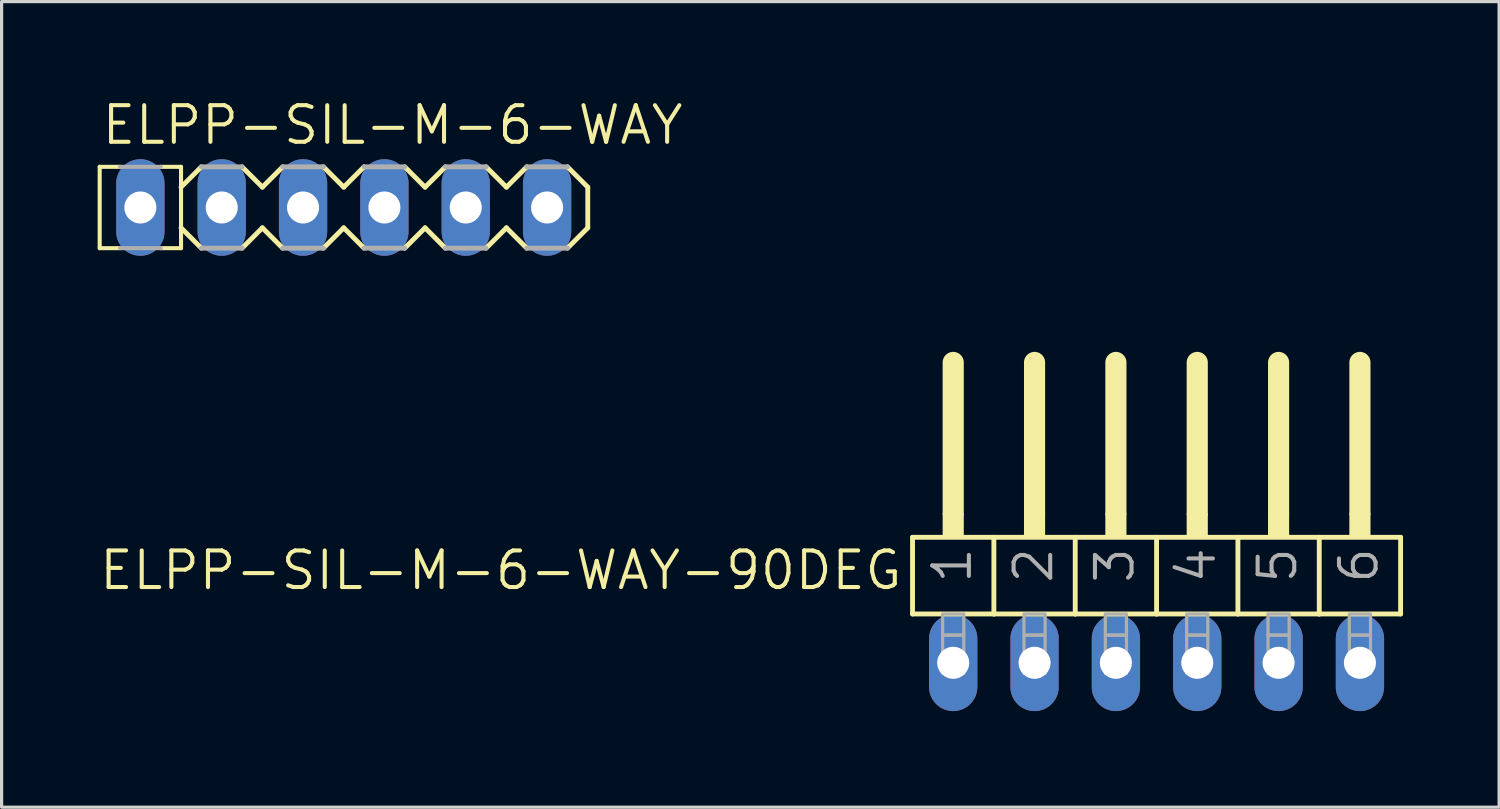
<source format=kicad_pcb>
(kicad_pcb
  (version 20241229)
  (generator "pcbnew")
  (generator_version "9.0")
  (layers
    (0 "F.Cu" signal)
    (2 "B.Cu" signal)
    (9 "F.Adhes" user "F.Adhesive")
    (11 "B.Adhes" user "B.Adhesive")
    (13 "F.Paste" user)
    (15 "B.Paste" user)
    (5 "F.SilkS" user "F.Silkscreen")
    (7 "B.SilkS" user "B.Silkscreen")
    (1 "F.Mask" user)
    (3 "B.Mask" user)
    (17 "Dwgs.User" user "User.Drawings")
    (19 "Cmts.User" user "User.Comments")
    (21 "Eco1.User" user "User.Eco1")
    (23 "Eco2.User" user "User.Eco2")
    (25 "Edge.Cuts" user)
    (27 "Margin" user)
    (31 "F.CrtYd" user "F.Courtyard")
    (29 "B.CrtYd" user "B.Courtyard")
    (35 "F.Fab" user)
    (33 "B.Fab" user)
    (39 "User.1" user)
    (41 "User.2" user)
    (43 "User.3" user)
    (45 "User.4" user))
  (footprint "ELPP-SIL-M-6-WAY-90DEG"
    (layer "F.Cu")
    (at 33.064 17.646)
    (property "Reference" "ELPP-SIL-M-6-WAY-90DEG" (at -7.874 -3.556 0) (unlocked yes) (layer "F.SilkS") (effects (font (size 1.143 1.143) (thickness 0.127)) (justify right top)))
    (fp_line (start -7.62 -3.918) (end -5.08 -3.918) (stroke (width 0.152) (type solid)) (layer "F.SilkS"))
    (fp_line (start -7.62 -1.524) (end -7.62 -3.918) (stroke (width 0.152) (type solid)) (layer "F.SilkS"))
    (fp_line (start -6.35 -4.68) (end -6.35 -9.379) (stroke (width 0.66) (type solid)) (layer "F.SilkS"))
    (fp_line (start -5.08 -3.918) (end -2.54 -3.918) (stroke (width 0.152) (type solid)) (layer "F.SilkS"))
    (fp_line (start -5.08 -1.524) (end -7.62 -1.524) (stroke (width 0.152) (type solid)) (layer "F.SilkS"))
    (fp_line (start -5.08 -1.524) (end -5.08 -3.918) (stroke (width 0.152) (type solid)) (layer "F.SilkS"))
    (fp_line (start -5.08 -1.524) (end -2.54 -1.524) (stroke (width 0.152) (type solid)) (layer "F.SilkS"))
    (fp_line (start -3.81 -4.68) (end -3.81 -9.379) (stroke (width 0.66) (type solid)) (layer "F.SilkS"))
    (fp_line (start -2.54 -3.918) (end 0 -3.918) (stroke (width 0.152) (type solid)) (layer "F.SilkS"))
    (fp_line (start -2.54 -1.524) (end -2.54 -3.918) (stroke (width 0.152) (type solid)) (layer "F.SilkS"))
    (fp_line (start -1.27 -4.68) (end -1.27 -9.379) (stroke (width 0.66) (type solid)) (layer "F.SilkS"))
    (fp_line (start 0 -3.918) (end 2.54 -3.918) (stroke (width 0.152) (type solid)) (layer "F.SilkS"))
    (fp_line (start 0 -1.524) (end -2.54 -1.524) (stroke (width 0.152) (type solid)) (layer "F.SilkS"))
    (fp_line (start 0 -1.524) (end 0 -3.918) (stroke (width 0.152) (type solid)) (layer "F.SilkS"))
    (fp_line (start 1.27 -4.68) (end 1.27 -9.379) (stroke (width 0.66) (type solid)) (layer "F.SilkS"))
    (fp_line (start 2.54 -3.918) (end 5.08 -3.918) (stroke (width 0.152) (type solid)) (layer "F.SilkS"))
    (fp_line (start 2.54 -1.524) (end 0 -1.524) (stroke (width 0.152) (type solid)) (layer "F.SilkS"))
    (fp_line (start 2.54 -1.524) (end 2.54 -3.918) (stroke (width 0.152) (type solid)) (layer "F.SilkS"))
    (fp_line (start 3.81 -4.68) (end 3.81 -9.379) (stroke (width 0.66) (type solid)) (layer "F.SilkS"))
    (fp_line (start 5.08 -3.918) (end 7.62 -3.918) (stroke (width 0.152) (type solid)) (layer "F.SilkS"))
    (fp_line (start 5.08 -1.524) (end 2.54 -1.524) (stroke (width 0.152) (type solid)) (layer "F.SilkS"))
    (fp_line (start 5.08 -1.524) (end 5.08 -3.918) (stroke (width 0.152) (type solid)) (layer "F.SilkS"))
    (fp_line (start 6.35 -4.68) (end 6.35 -9.379) (stroke (width 0.66) (type solid)) (layer "F.SilkS"))
    (fp_line (start 7.62 -1.524) (end 5.08 -1.524) (stroke (width 0.152) (type solid)) (layer "F.SilkS"))
    (fp_line (start 7.62 -1.524) (end 7.62 -3.918) (stroke (width 0.152) (type solid)) (layer "F.SilkS"))
    (fp_poly (pts (xy -6.68 -3.918) (xy -6.02 -3.918) (xy -6.02 -4.68) (xy -6.68 -4.68)) (stroke (width 0) (type default)) (fill yes) (layer "F.SilkS"))
    (fp_poly (pts (xy -4.14 -3.918) (xy -3.48 -3.918) (xy -3.48 -4.68) (xy -4.14 -4.68)) (stroke (width 0) (type default)) (fill yes) (layer "F.SilkS"))
    (fp_poly (pts (xy -1.6 -3.918) (xy -0.94 -3.918) (xy -0.94 -4.68) (xy -1.6 -4.68)) (stroke (width 0) (type default)) (fill yes) (layer "F.SilkS"))
    (fp_poly (pts (xy 0.94 -3.918) (xy 1.6 -3.918) (xy 1.6 -4.68) (xy 0.94 -4.68)) (stroke (width 0) (type default)) (fill yes) (layer "F.SilkS"))
    (fp_poly (pts (xy 3.48 -3.918) (xy 4.14 -3.918) (xy 4.14 -4.68) (xy 3.48 -4.68)) (stroke (width 0) (type default)) (fill yes) (layer "F.SilkS"))
    (fp_poly (pts (xy 6.02 -3.918) (xy 6.68 -3.918) (xy 6.68 -4.68) (xy 6.02 -4.68)) (stroke (width 0) (type default)) (fill yes) (layer "F.SilkS"))
    (fp_poly (pts (xy -6.68 -0.864) (xy -6.02 -0.864) (xy -6.02 -1.524) (xy -6.68 -1.524)) (stroke (width 0.1) (type default)) (fill no) (layer "F.Fab"))
    (fp_poly (pts (xy -6.68 0.33) (xy -6.02 0.33) (xy -6.02 -0.864) (xy -6.68 -0.864)) (stroke (width 0.1) (type default)) (fill no) (layer "F.Fab"))
    (fp_poly (pts (xy -4.14 -0.864) (xy -3.48 -0.864) (xy -3.48 -1.524) (xy -4.14 -1.524)) (stroke (width 0.1) (type default)) (fill no) (layer "F.Fab"))
    (fp_poly (pts (xy -4.14 0.33) (xy -3.48 0.33) (xy -3.48 -0.864) (xy -4.14 -0.864)) (stroke (width 0.1) (type default)) (fill no) (layer "F.Fab"))
    (fp_poly (pts (xy -1.6 -0.864) (xy -0.94 -0.864) (xy -0.94 -1.524) (xy -1.6 -1.524)) (stroke (width 0.1) (type default)) (fill no) (layer "F.Fab"))
    (fp_poly (pts (xy -1.6 0.33) (xy -0.94 0.33) (xy -0.94 -0.864) (xy -1.6 -0.864)) (stroke (width 0.1) (type default)) (fill no) (layer "F.Fab"))
    (fp_poly (pts (xy 0.94 -0.864) (xy 1.6 -0.864) (xy 1.6 -1.524) (xy 0.94 -1.524)) (stroke (width 0.1) (type default)) (fill no) (layer "F.Fab"))
    (fp_poly (pts (xy 0.94 0.33) (xy 1.6 0.33) (xy 1.6 -0.864) (xy 0.94 -0.864)) (stroke (width 0.1) (type default)) (fill no) (layer "F.Fab"))
    (fp_poly (pts (xy 3.48 -0.864) (xy 4.14 -0.864) (xy 4.14 -1.524) (xy 3.48 -1.524)) (stroke (width 0.1) (type default)) (fill no) (layer "F.Fab"))
    (fp_poly (pts (xy 3.48 0.33) (xy 4.14 0.33) (xy 4.14 -0.864) (xy 3.48 -0.864)) (stroke (width 0.1) (type default)) (fill no) (layer "F.Fab"))
    (fp_poly (pts (xy 6.02 -0.864) (xy 6.68 -0.864) (xy 6.68 -1.524) (xy 6.02 -1.524)) (stroke (width 0.1) (type default)) (fill no) (layer "F.Fab"))
    (fp_poly (pts (xy 6.02 0.33) (xy 6.68 0.33) (xy 6.68 -0.864) (xy 6.02 -0.864)) (stroke (width 0.1) (type default)) (fill no) (layer "F.Fab"))
    (fp_text user "3" (at -0.635 -2.413 90) (layer "F.Fab") (effects (font (size 1.143 1.143) (thickness 0.127)) (justify left bottom)))
    (fp_text user "6" (at 6.985 -2.413 90) (layer "F.Fab") (effects (font (size 1.143 1.143) (thickness 0.127)) (justify left bottom)))
    (fp_text user "1" (at -5.715 -2.413 90) (layer "F.Fab") (effects (font (size 1.143 1.143) (thickness 0.127)) (justify left bottom)))
    (fp_text user "2" (at -3.175 -2.413 90) (layer "F.Fab") (effects (font (size 1.143 1.143) (thickness 0.127)) (justify left bottom)))
    (fp_text user "4" (at 1.905 -2.413 90) (layer "F.Fab") (effects (font (size 1.143 1.143) (thickness 0.127)) (justify left bottom)))
    (fp_text user "5" (at 4.445 -2.413 90) (layer "F.Fab") (effects (font (size 1.143 1.143) (thickness 0.127)) (justify left bottom)))
    (pad "1" thru_hole oval (at -6.35 0 90) (size 3.016 1.508) (drill 1) (layers "*.Cu" "*.Mask"))
    (pad "2" thru_hole oval (at -3.81 0 90) (size 3.016 1.508) (drill 1) (layers "*.Cu" "*.Mask"))
    (pad "3" thru_hole oval (at -1.27 0 90) (size 3.016 1.508) (drill 1) (layers "*.Cu" "*.Mask"))
    (pad "4" thru_hole oval (at 1.27 0 90) (size 3.016 1.508) (drill 1) (layers "*.Cu" "*.Mask"))
    (pad "5" thru_hole oval (at 3.81 0 90) (size 3.016 1.508) (drill 1) (layers "*.Cu" "*.Mask"))
    (pad "6" thru_hole oval (at 6.35 0 90) (size 3.016 1.508) (drill 1) (layers "*.Cu" "*.Mask")))
  (footprint "ELPP-SIL-M-6-WAY"
    (layer "F.Cu")
    (at 6.413 3.429)
    (property "Reference" "ELPP-SIL-M-6-WAY" (at -6.35 -1.905 0) (unlocked yes) (layer "F.SilkS") (effects (font (size 1.143 1.143) (thickness 0.127)) (justify left bottom)))
    (fp_line (start -6.35 -1.27) (end -6.35 1.27) (stroke (width 0.127) (type solid)) (layer "F.SilkS"))
    (fp_line (start -6.35 -1.27) (end -5.715 -1.27) (stroke (width 0.127) (type solid)) (layer "F.SilkS"))
    (fp_line (start -6.35 1.27) (end -5.715 1.27) (stroke (width 0.127) (type solid)) (layer "F.SilkS"))
    (fp_line (start -3.81 -1.27) (end -4.445 -1.27) (stroke (width 0.127) (type solid)) (layer "F.SilkS"))
    (fp_line (start -3.81 -1.27) (end -3.81 1.27) (stroke (width 0.127) (type solid)) (layer "F.SilkS"))
    (fp_line (start -3.81 -0.635) (end -3.175 -1.27) (stroke (width 0.152) (type solid)) (layer "F.SilkS"))
    (fp_line (start -3.81 1.27) (end -4.445 1.27) (stroke (width 0.127) (type solid)) (layer "F.SilkS"))
    (fp_line (start -3.175 1.27) (end -3.81 0.635) (stroke (width 0.152) (type solid)) (layer "F.SilkS"))
    (fp_line (start -1.905 -1.27) (end -1.27 -0.635) (stroke (width 0.152) (type solid)) (layer "F.SilkS"))
    (fp_line (start -1.27 -0.635) (end -0.635 -1.27) (stroke (width 0.152) (type solid)) (layer "F.SilkS"))
    (fp_line (start -1.27 0.635) (end -1.905 1.27) (stroke (width 0.152) (type solid)) (layer "F.SilkS"))
    (fp_line (start -0.635 1.27) (end -1.27 0.635) (stroke (width 0.152) (type solid)) (layer "F.SilkS"))
    (fp_line (start 0.635 -1.27) (end 1.27 -0.635) (stroke (width 0.152) (type solid)) (layer "F.SilkS"))
    (fp_line (start 1.27 0.635) (end 0.635 1.27) (stroke (width 0.152) (type solid)) (layer "F.SilkS"))
    (fp_line (start 1.27 0.635) (end 1.905 1.27) (stroke (width 0.152) (type solid)) (layer "F.SilkS"))
    (fp_line (start 1.905 -1.27) (end 1.27 -0.635) (stroke (width 0.152) (type solid)) (layer "F.SilkS"))
    (fp_line (start 3.175 -1.27) (end 3.81 -0.635) (stroke (width 0.152) (type solid)) (layer "F.SilkS"))
    (fp_line (start 3.81 -0.635) (end 4.445 -1.27) (stroke (width 0.152) (type solid)) (layer "F.SilkS"))
    (fp_line (start 3.81 0.635) (end 3.175 1.27) (stroke (width 0.152) (type solid)) (layer "F.SilkS"))
    (fp_line (start 4.445 1.27) (end 3.81 0.635) (stroke (width 0.152) (type solid)) (layer "F.SilkS"))
    (fp_line (start 5.715 -1.27) (end 6.35 -0.635) (stroke (width 0.152) (type solid)) (layer "F.SilkS"))
    (fp_line (start 6.35 -0.635) (end 6.985 -1.27) (stroke (width 0.152) (type solid)) (layer "F.SilkS"))
    (fp_line (start 6.35 0.635) (end 5.715 1.27) (stroke (width 0.152) (type solid)) (layer "F.SilkS"))
    (fp_line (start 6.985 1.27) (end 6.35 0.635) (stroke (width 0.152) (type solid)) (layer "F.SilkS"))
    (fp_line (start 8.255 -1.27) (end 8.89 -0.635) (stroke (width 0.152) (type solid)) (layer "F.SilkS"))
    (fp_line (start 8.89 -0.635) (end 8.89 0.635) (stroke (width 0.152) (type solid)) (layer "F.SilkS"))
    (fp_line (start 8.89 0.635) (end 8.255 1.27) (stroke (width 0.152) (type solid)) (layer "F.SilkS"))
    (fp_line (start -5.715 -1.27) (end -4.445 -1.27) (stroke (width 0.127) (type solid)) (layer "F.Fab"))
    (fp_line (start -5.715 1.27) (end -4.445 1.27) (stroke (width 0.127) (type solid)) (layer "F.Fab"))
    (fp_line (start -3.175 -1.27) (end -1.905 -1.27) (stroke (width 0.152) (type solid)) (layer "F.Fab"))
    (fp_line (start -1.905 1.27) (end -3.175 1.27) (stroke (width 0.152) (type solid)) (layer "F.Fab"))
    (fp_line (start -0.635 -1.27) (end 0.635 -1.27) (stroke (width 0.152) (type solid)) (layer "F.Fab"))
    (fp_line (start 0.635 1.27) (end -0.635 1.27) (stroke (width 0.152) (type solid)) (layer "F.Fab"))
    (fp_line (start 1.905 -1.27) (end 3.175 -1.27) (stroke (width 0.152) (type solid)) (layer "F.Fab"))
    (fp_line (start 3.175 1.27) (end 1.905 1.27) (stroke (width 0.152) (type solid)) (layer "F.Fab"))
    (fp_line (start 4.445 -1.27) (end 5.715 -1.27) (stroke (width 0.152) (type solid)) (layer "F.Fab"))
    (fp_line (start 5.715 1.27) (end 4.445 1.27) (stroke (width 0.152) (type solid)) (layer "F.Fab"))
    (fp_line (start 6.985 -1.27) (end 8.255 -1.27) (stroke (width 0.152) (type solid)) (layer "F.Fab"))
    (fp_line (start 8.255 1.27) (end 6.985 1.27) (stroke (width 0.152) (type solid)) (layer "F.Fab"))
    (fp_poly (pts (xy -5.334 0.254) (xy -4.826 0.254) (xy -4.826 -0.254) (xy -5.334 -0.254)) (stroke (width 0.1) (type default)) (fill no) (layer "F.Fab"))
    (fp_poly (pts (xy -2.794 0.254) (xy -2.286 0.254) (xy -2.286 -0.254) (xy -2.794 -0.254)) (stroke (width 0.1) (type default)) (fill no) (layer "F.Fab"))
    (fp_poly (pts (xy -0.254 0.254) (xy 0.254 0.254) (xy 0.254 -0.254) (xy -0.254 -0.254)) (stroke (width 0.1) (type default)) (fill no) (layer "F.Fab"))
    (fp_poly (pts (xy 2.286 0.254) (xy 2.794 0.254) (xy 2.794 -0.254) (xy 2.286 -0.254)) (stroke (width 0.1) (type default)) (fill no) (layer "F.Fab"))
    (fp_poly (pts (xy 4.826 0.254) (xy 5.334 0.254) (xy 5.334 -0.254) (xy 4.826 -0.254)) (stroke (width 0.1) (type default)) (fill no) (layer "F.Fab"))
    (fp_poly (pts (xy 7.366 0.254) (xy 7.874 0.254) (xy 7.874 -0.254) (xy 7.366 -0.254)) (stroke (width 0.1) (type default)) (fill no) (layer "F.Fab"))
    (pad "1" thru_hole oval (at -5.08 0 90) (size 3.016 1.508) (drill 1) (layers "*.Cu" "*.Mask"))
    (pad "2" thru_hole oval (at -2.54 0 90) (size 3.016 1.508) (drill 1) (layers "*.Cu" "*.Mask"))
    (pad "3" thru_hole oval (at 0 0 90) (size 3.016 1.508) (drill 1) (layers "*.Cu" "*.Mask"))
    (pad "4" thru_hole oval (at 2.54 0 90) (size 3.016 1.508) (drill 1) (layers "*.Cu" "*.Mask"))
    (pad "5" thru_hole oval (at 5.08 0 90) (size 3.016 1.508) (drill 1) (layers "*.Cu" "*.Mask"))
    (pad "6" thru_hole oval (at 7.62 0 90) (size 3.016 1.508) (drill 1) (layers "*.Cu" "*.Mask")))
  (gr_rect
    (start -3 -3)
    (end 43.76 22.154)
    (stroke (width 0.1) (type default))
    (fill no)
    (layer "Edge.Cuts")))
</source>
